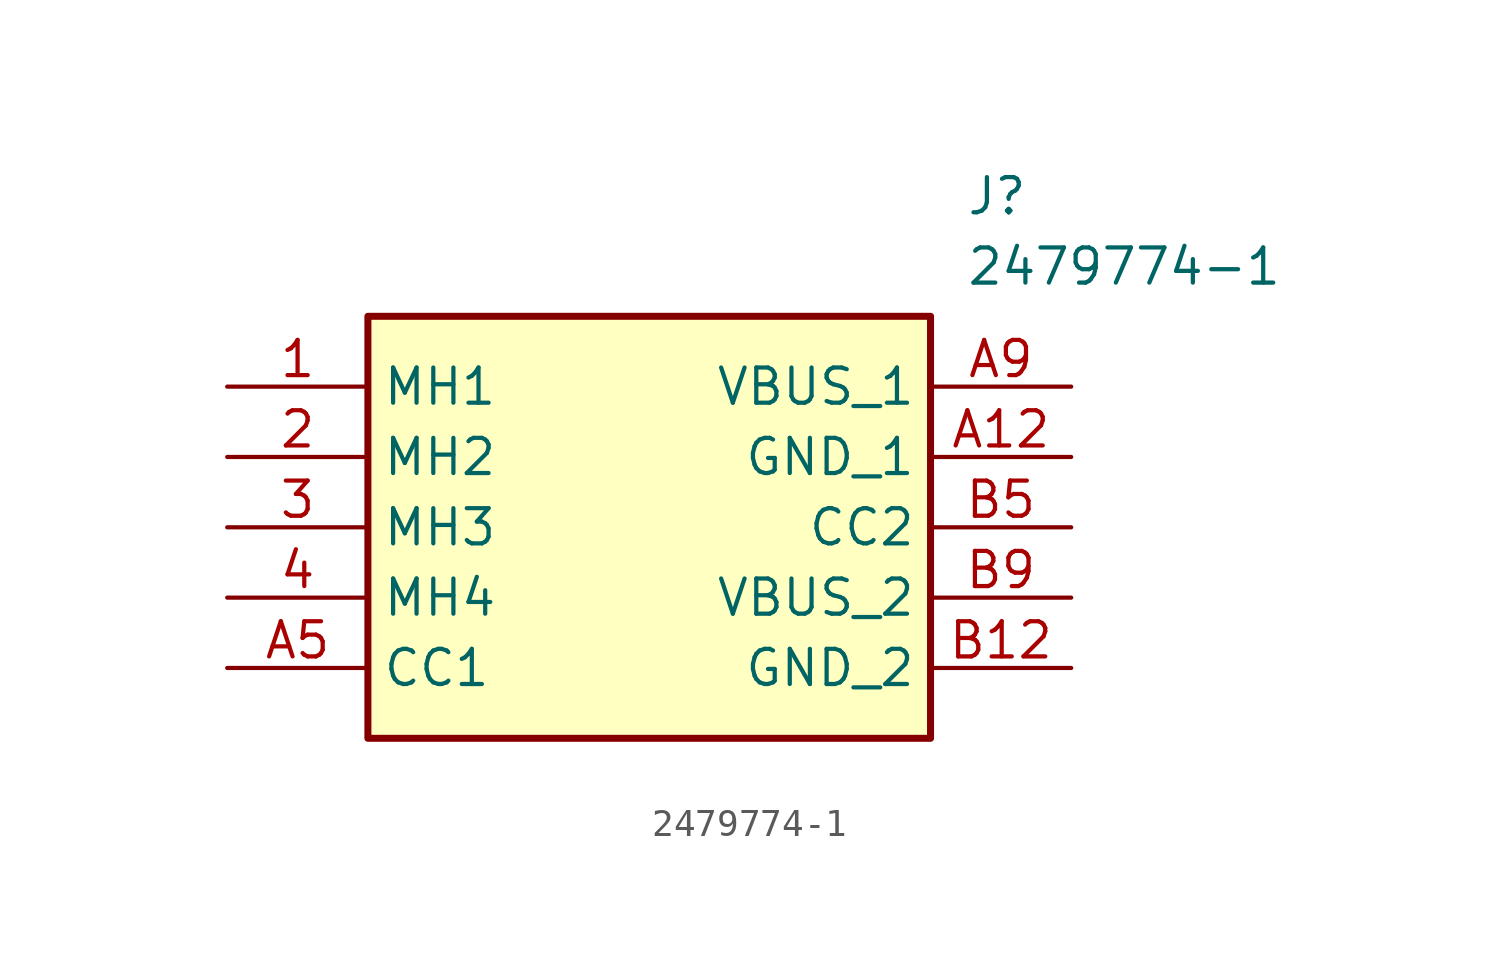
<source format=kicad_sym>
(kicad_symbol_lib
  (version 20241209)
  (generator "kicad_symbol_editor")
  (generator_version "9.0")
  (symbol "2479774-1"
    (property "Reference" "J"
      (at 26.67 7.62 0)
      (effects (font (size 1.27 1.27)) (justify left top)))
    (property "Value" "2479774-1"
      (at 26.67 5.08 0)
      (effects (font (size 1.27 1.27)) (justify left top)))
    (symbol "2479774-1_1_1"
      (rectangle (start 5.08 2.54) (end 25.4 -12.7) (stroke (width 0.254) (type default)) (fill (type background)))
      (pin passive line (at 0 0 0) (length 5.08) (name "MH1" (effects (font (size 1.27 1.27)))) (number "1" (effects (font (size 1.27 1.27)))))
      (pin passive line (at 0 -2.54 0) (length 5.08) (name "MH2" (effects (font (size 1.27 1.27)))) (number "2" (effects (font (size 1.27 1.27)))))
      (pin passive line (at 0 -5.08 0) (length 5.08) (name "MH3" (effects (font (size 1.27 1.27)))) (number "3" (effects (font (size 1.27 1.27)))))
      (pin passive line (at 0 -7.62 0) (length 5.08) (name "MH4" (effects (font (size 1.27 1.27)))) (number "4" (effects (font (size 1.27 1.27)))))
      (pin passive line (at 0 -10.16 0) (length 5.08) (name "CC1" (effects (font (size 1.27 1.27)))) (number "A5" (effects (font (size 1.27 1.27)))))
      (pin passive line (at 30.48 0 180) (length 5.08) (name "VBUS_1" (effects (font (size 1.27 1.27)))) (number "A9" (effects (font (size 1.27 1.27)))))
      (pin passive line (at 30.48 -2.54 180) (length 5.08) (name "GND_1" (effects (font (size 1.27 1.27)))) (number "A12" (effects (font (size 1.27 1.27)))))
      (pin passive line (at 30.48 -5.08 180) (length 5.08) (name "CC2" (effects (font (size 1.27 1.27)))) (number "B5" (effects (font (size 1.27 1.27)))))
      (pin passive line (at 30.48 -7.62 180) (length 5.08) (name "VBUS_2" (effects (font (size 1.27 1.27)))) (number "B9" (effects (font (size 1.27 1.27)))))
      (pin passive line (at 30.48 -10.16 180) (length 5.08) (name "GND_2" (effects (font (size 1.27 1.27)))) (number "B12" (effects (font (size 1.27 1.27))))))))
</source>
